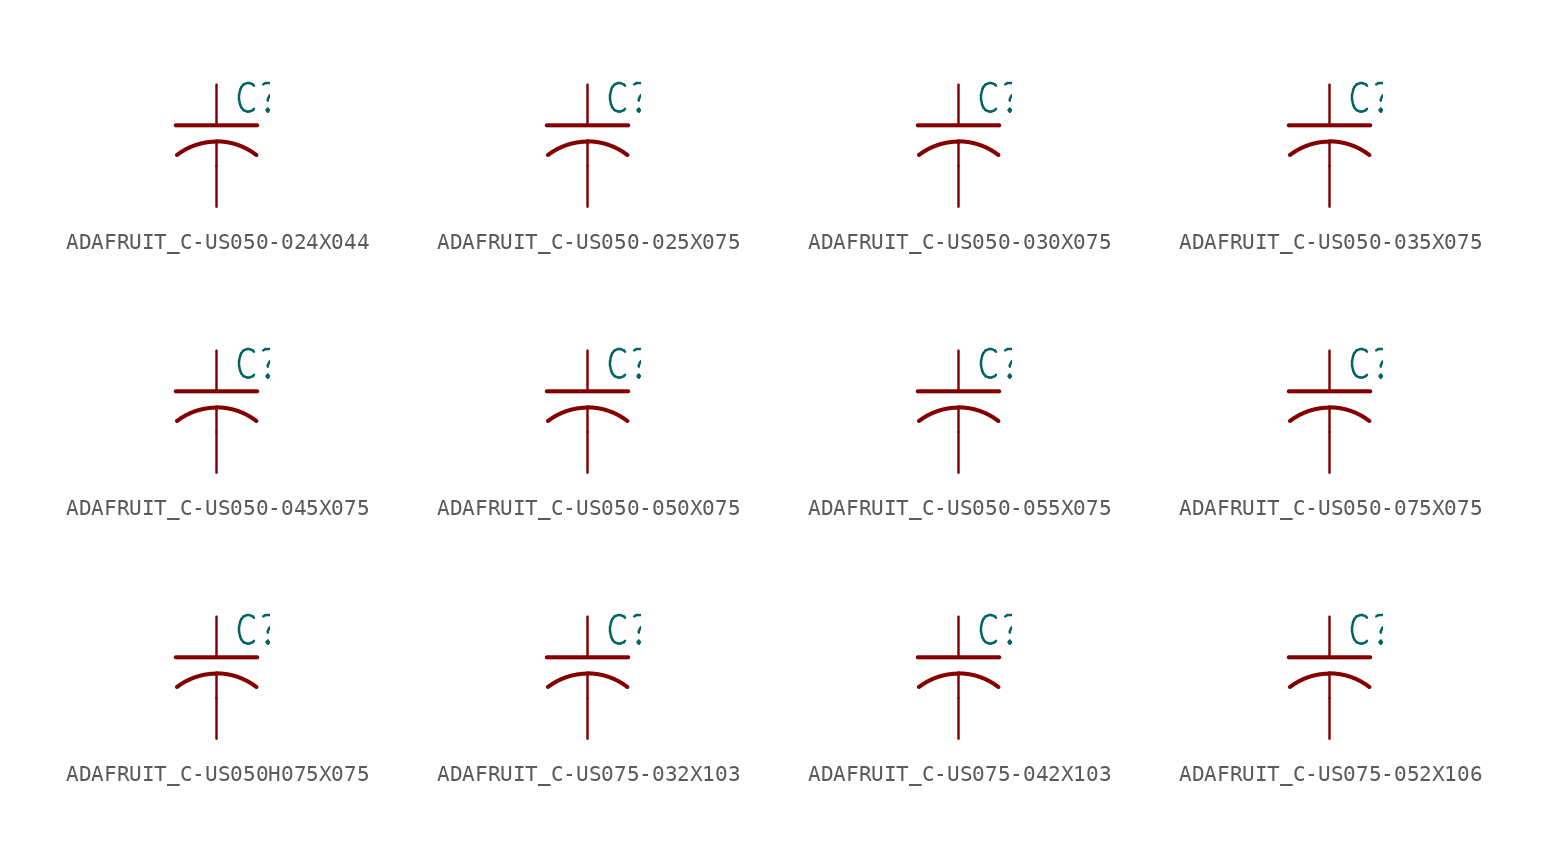
<source format=kicad_sym>
(kicad_symbol_lib
  (version 20231120)
  (generator "kicad_symbol_editor")
  (generator_version "8.0")
  (symbol "ADAFRUIT_C-US050-024X044"
    (property "Reference" "C"
      (at 1.016 0.635 0)
      (effects (font (size 1.778 1.511)) (justify left bottom)))
    (property "Value" ""
      (at 1.016 -4.191 0)
      (effects (font (size 1.778 1.511)) (justify left bottom)))
    (property "ki_locked" ""
      (at 0 0 0)
      (effects (font (size 1.27 1.27))))
    (symbol "ADAFRUIT_C-US050-024X044_1_0"
      (arc (start 0 -1.0161) (mid -1.302 -1.2303) (end -2.4668 -1.8504) (stroke (width 0.254) (type solid)) (fill (type none)))
      (polyline (pts (xy -2.54 0) (xy 2.54 0)) (stroke (width 0.254) (type solid)) (fill (type none)))
      (polyline (pts (xy 0 -1.016) (xy 0 -2.54)) (stroke (width 0.152) (type solid)) (fill (type none)))
      (polyline (pts (xy 0 -1.016) (xy 0 -1.016)) (stroke (width 0.152) (type solid)) (fill (type none)))
      (arc (start 2.4892 -1.8541) (mid 1.3158 -1.2194) (end 0 -1) (stroke (width 0.254) (type solid)) (fill (type none)))
      (pin passive line (at 0 2.54 270) (length 2.54) (name "1" (effects (font (size 0 0)))) (number "1" (effects (font (size 0 0)))))
      (pin passive line (at 0 -5.08 90) (length 2.54) (name "2" (effects (font (size 0 0)))) (number "2" (effects (font (size 0 0)))))))
  (symbol "ADAFRUIT_C-US050-025X075"
    (property "Reference" "C"
      (at 1.016 0.635 0)
      (effects (font (size 1.778 1.511)) (justify left bottom)))
    (property "Value" ""
      (at 1.016 -4.191 0)
      (effects (font (size 1.778 1.511)) (justify left bottom)))
    (property "ki_locked" ""
      (at 0 0 0)
      (effects (font (size 1.27 1.27))))
    (symbol "ADAFRUIT_C-US050-025X075_1_0"
      (arc (start 0 -1.0161) (mid -1.302 -1.2303) (end -2.4668 -1.8504) (stroke (width 0.254) (type solid)) (fill (type none)))
      (polyline (pts (xy -2.54 0) (xy 2.54 0)) (stroke (width 0.254) (type solid)) (fill (type none)))
      (polyline (pts (xy 0 -1.016) (xy 0 -2.54)) (stroke (width 0.152) (type solid)) (fill (type none)))
      (polyline (pts (xy 0 -1.016) (xy 0 -1.016)) (stroke (width 0.152) (type solid)) (fill (type none)))
      (arc (start 2.4892 -1.8541) (mid 1.3158 -1.2194) (end 0 -1) (stroke (width 0.254) (type solid)) (fill (type none)))
      (pin passive line (at 0 2.54 270) (length 2.54) (name "1" (effects (font (size 0 0)))) (number "1" (effects (font (size 0 0)))))
      (pin passive line (at 0 -5.08 90) (length 2.54) (name "2" (effects (font (size 0 0)))) (number "2" (effects (font (size 0 0)))))))
  (symbol "ADAFRUIT_C-US050-030X075"
    (property "Reference" "C"
      (at 1.016 0.635 0)
      (effects (font (size 1.778 1.511)) (justify left bottom)))
    (property "Value" ""
      (at 1.016 -4.191 0)
      (effects (font (size 1.778 1.511)) (justify left bottom)))
    (property "ki_locked" ""
      (at 0 0 0)
      (effects (font (size 1.27 1.27))))
    (symbol "ADAFRUIT_C-US050-030X075_1_0"
      (arc (start 0 -1.0161) (mid -1.302 -1.2303) (end -2.4668 -1.8504) (stroke (width 0.254) (type solid)) (fill (type none)))
      (polyline (pts (xy -2.54 0) (xy 2.54 0)) (stroke (width 0.254) (type solid)) (fill (type none)))
      (polyline (pts (xy 0 -1.016) (xy 0 -2.54)) (stroke (width 0.152) (type solid)) (fill (type none)))
      (polyline (pts (xy 0 -1.016) (xy 0 -1.016)) (stroke (width 0.152) (type solid)) (fill (type none)))
      (arc (start 2.4892 -1.8541) (mid 1.3158 -1.2194) (end 0 -1) (stroke (width 0.254) (type solid)) (fill (type none)))
      (pin passive line (at 0 2.54 270) (length 2.54) (name "1" (effects (font (size 0 0)))) (number "1" (effects (font (size 0 0)))))
      (pin passive line (at 0 -5.08 90) (length 2.54) (name "2" (effects (font (size 0 0)))) (number "2" (effects (font (size 0 0)))))))
  (symbol "ADAFRUIT_C-US050-035X075"
    (property "Reference" "C"
      (at 1.016 0.635 0)
      (effects (font (size 1.778 1.511)) (justify left bottom)))
    (property "Value" ""
      (at 1.016 -4.191 0)
      (effects (font (size 1.778 1.511)) (justify left bottom)))
    (property "ki_locked" ""
      (at 0 0 0)
      (effects (font (size 1.27 1.27))))
    (symbol "ADAFRUIT_C-US050-035X075_1_0"
      (arc (start 0 -1.0161) (mid -1.302 -1.2303) (end -2.4668 -1.8504) (stroke (width 0.254) (type solid)) (fill (type none)))
      (polyline (pts (xy -2.54 0) (xy 2.54 0)) (stroke (width 0.254) (type solid)) (fill (type none)))
      (polyline (pts (xy 0 -1.016) (xy 0 -2.54)) (stroke (width 0.152) (type solid)) (fill (type none)))
      (polyline (pts (xy 0 -1.016) (xy 0 -1.016)) (stroke (width 0.152) (type solid)) (fill (type none)))
      (arc (start 2.4892 -1.8541) (mid 1.3158 -1.2194) (end 0 -1) (stroke (width 0.254) (type solid)) (fill (type none)))
      (pin passive line (at 0 2.54 270) (length 2.54) (name "1" (effects (font (size 0 0)))) (number "1" (effects (font (size 0 0)))))
      (pin passive line (at 0 -5.08 90) (length 2.54) (name "2" (effects (font (size 0 0)))) (number "2" (effects (font (size 0 0)))))))
  (symbol "ADAFRUIT_C-US050-045X075"
    (property "Reference" "C"
      (at 1.016 0.635 0)
      (effects (font (size 1.778 1.511)) (justify left bottom)))
    (property "Value" ""
      (at 1.016 -4.191 0)
      (effects (font (size 1.778 1.511)) (justify left bottom)))
    (property "ki_locked" ""
      (at 0 0 0)
      (effects (font (size 1.27 1.27))))
    (symbol "ADAFRUIT_C-US050-045X075_1_0"
      (arc (start 0 -1.0161) (mid -1.302 -1.2303) (end -2.4668 -1.8504) (stroke (width 0.254) (type solid)) (fill (type none)))
      (polyline (pts (xy -2.54 0) (xy 2.54 0)) (stroke (width 0.254) (type solid)) (fill (type none)))
      (polyline (pts (xy 0 -1.016) (xy 0 -2.54)) (stroke (width 0.152) (type solid)) (fill (type none)))
      (polyline (pts (xy 0 -1.016) (xy 0 -1.016)) (stroke (width 0.152) (type solid)) (fill (type none)))
      (arc (start 2.4892 -1.8541) (mid 1.3158 -1.2194) (end 0 -1) (stroke (width 0.254) (type solid)) (fill (type none)))
      (pin passive line (at 0 2.54 270) (length 2.54) (name "1" (effects (font (size 0 0)))) (number "1" (effects (font (size 0 0)))))
      (pin passive line (at 0 -5.08 90) (length 2.54) (name "2" (effects (font (size 0 0)))) (number "2" (effects (font (size 0 0)))))))
  (symbol "ADAFRUIT_C-US050-050X075"
    (property "Reference" "C"
      (at 1.016 0.635 0)
      (effects (font (size 1.778 1.511)) (justify left bottom)))
    (property "Value" ""
      (at 1.016 -4.191 0)
      (effects (font (size 1.778 1.511)) (justify left bottom)))
    (property "ki_locked" ""
      (at 0 0 0)
      (effects (font (size 1.27 1.27))))
    (symbol "ADAFRUIT_C-US050-050X075_1_0"
      (arc (start 0 -1.0161) (mid -1.302 -1.2303) (end -2.4668 -1.8504) (stroke (width 0.254) (type solid)) (fill (type none)))
      (polyline (pts (xy -2.54 0) (xy 2.54 0)) (stroke (width 0.254) (type solid)) (fill (type none)))
      (polyline (pts (xy 0 -1.016) (xy 0 -2.54)) (stroke (width 0.152) (type solid)) (fill (type none)))
      (polyline (pts (xy 0 -1.016) (xy 0 -1.016)) (stroke (width 0.152) (type solid)) (fill (type none)))
      (arc (start 2.4892 -1.8541) (mid 1.3158 -1.2194) (end 0 -1) (stroke (width 0.254) (type solid)) (fill (type none)))
      (pin passive line (at 0 2.54 270) (length 2.54) (name "1" (effects (font (size 0 0)))) (number "1" (effects (font (size 0 0)))))
      (pin passive line (at 0 -5.08 90) (length 2.54) (name "2" (effects (font (size 0 0)))) (number "2" (effects (font (size 0 0)))))))
  (symbol "ADAFRUIT_C-US050-055X075"
    (property "Reference" "C"
      (at 1.016 0.635 0)
      (effects (font (size 1.778 1.511)) (justify left bottom)))
    (property "Value" ""
      (at 1.016 -4.191 0)
      (effects (font (size 1.778 1.511)) (justify left bottom)))
    (property "ki_locked" ""
      (at 0 0 0)
      (effects (font (size 1.27 1.27))))
    (symbol "ADAFRUIT_C-US050-055X075_1_0"
      (arc (start 0 -1.0161) (mid -1.302 -1.2303) (end -2.4668 -1.8504) (stroke (width 0.254) (type solid)) (fill (type none)))
      (polyline (pts (xy -2.54 0) (xy 2.54 0)) (stroke (width 0.254) (type solid)) (fill (type none)))
      (polyline (pts (xy 0 -1.016) (xy 0 -2.54)) (stroke (width 0.152) (type solid)) (fill (type none)))
      (polyline (pts (xy 0 -1.016) (xy 0 -1.016)) (stroke (width 0.152) (type solid)) (fill (type none)))
      (arc (start 2.4892 -1.8541) (mid 1.3158 -1.2194) (end 0 -1) (stroke (width 0.254) (type solid)) (fill (type none)))
      (pin passive line (at 0 2.54 270) (length 2.54) (name "1" (effects (font (size 0 0)))) (number "1" (effects (font (size 0 0)))))
      (pin passive line (at 0 -5.08 90) (length 2.54) (name "2" (effects (font (size 0 0)))) (number "2" (effects (font (size 0 0)))))))
  (symbol "ADAFRUIT_C-US050-075X075"
    (property "Reference" "C"
      (at 1.016 0.635 0)
      (effects (font (size 1.778 1.511)) (justify left bottom)))
    (property "Value" ""
      (at 1.016 -4.191 0)
      (effects (font (size 1.778 1.511)) (justify left bottom)))
    (property "ki_locked" ""
      (at 0 0 0)
      (effects (font (size 1.27 1.27))))
    (symbol "ADAFRUIT_C-US050-075X075_1_0"
      (arc (start 0 -1.0161) (mid -1.302 -1.2303) (end -2.4668 -1.8504) (stroke (width 0.254) (type solid)) (fill (type none)))
      (polyline (pts (xy -2.54 0) (xy 2.54 0)) (stroke (width 0.254) (type solid)) (fill (type none)))
      (polyline (pts (xy 0 -1.016) (xy 0 -2.54)) (stroke (width 0.152) (type solid)) (fill (type none)))
      (polyline (pts (xy 0 -1.016) (xy 0 -1.016)) (stroke (width 0.152) (type solid)) (fill (type none)))
      (arc (start 2.4892 -1.8541) (mid 1.3158 -1.2194) (end 0 -1) (stroke (width 0.254) (type solid)) (fill (type none)))
      (pin passive line (at 0 2.54 270) (length 2.54) (name "1" (effects (font (size 0 0)))) (number "1" (effects (font (size 0 0)))))
      (pin passive line (at 0 -5.08 90) (length 2.54) (name "2" (effects (font (size 0 0)))) (number "2" (effects (font (size 0 0)))))))
  (symbol "ADAFRUIT_C-US050H075X075"
    (property "Reference" "C"
      (at 1.016 0.635 0)
      (effects (font (size 1.778 1.511)) (justify left bottom)))
    (property "Value" ""
      (at 1.016 -4.191 0)
      (effects (font (size 1.778 1.511)) (justify left bottom)))
    (property "ki_locked" ""
      (at 0 0 0)
      (effects (font (size 1.27 1.27))))
    (symbol "ADAFRUIT_C-US050H075X075_1_0"
      (arc (start 0 -1.0161) (mid -1.302 -1.2303) (end -2.4668 -1.8504) (stroke (width 0.254) (type solid)) (fill (type none)))
      (polyline (pts (xy -2.54 0) (xy 2.54 0)) (stroke (width 0.254) (type solid)) (fill (type none)))
      (polyline (pts (xy 0 -1.016) (xy 0 -2.54)) (stroke (width 0.152) (type solid)) (fill (type none)))
      (polyline (pts (xy 0 -1.016) (xy 0 -1.016)) (stroke (width 0.152) (type solid)) (fill (type none)))
      (arc (start 2.4892 -1.8541) (mid 1.3158 -1.2194) (end 0 -1) (stroke (width 0.254) (type solid)) (fill (type none)))
      (pin passive line (at 0 2.54 270) (length 2.54) (name "1" (effects (font (size 0 0)))) (number "1" (effects (font (size 0 0)))))
      (pin passive line (at 0 -5.08 90) (length 2.54) (name "2" (effects (font (size 0 0)))) (number "2" (effects (font (size 0 0)))))))
  (symbol "ADAFRUIT_C-US075-032X103"
    (property "Reference" "C"
      (at 1.016 0.635 0)
      (effects (font (size 1.778 1.511)) (justify left bottom)))
    (property "Value" ""
      (at 1.016 -4.191 0)
      (effects (font (size 1.778 1.511)) (justify left bottom)))
    (property "ki_locked" ""
      (at 0 0 0)
      (effects (font (size 1.27 1.27))))
    (symbol "ADAFRUIT_C-US075-032X103_1_0"
      (arc (start 0 -1.0161) (mid -1.302 -1.2303) (end -2.4668 -1.8504) (stroke (width 0.254) (type solid)) (fill (type none)))
      (polyline (pts (xy -2.54 0) (xy 2.54 0)) (stroke (width 0.254) (type solid)) (fill (type none)))
      (polyline (pts (xy 0 -1.016) (xy 0 -2.54)) (stroke (width 0.152) (type solid)) (fill (type none)))
      (polyline (pts (xy 0 -1.016) (xy 0 -1.016)) (stroke (width 0.152) (type solid)) (fill (type none)))
      (arc (start 2.4892 -1.8541) (mid 1.3158 -1.2194) (end 0 -1) (stroke (width 0.254) (type solid)) (fill (type none)))
      (pin passive line (at 0 2.54 270) (length 2.54) (name "1" (effects (font (size 0 0)))) (number "1" (effects (font (size 0 0)))))
      (pin passive line (at 0 -5.08 90) (length 2.54) (name "2" (effects (font (size 0 0)))) (number "2" (effects (font (size 0 0)))))))
  (symbol "ADAFRUIT_C-US075-042X103"
    (property "Reference" "C"
      (at 1.016 0.635 0)
      (effects (font (size 1.778 1.511)) (justify left bottom)))
    (property "Value" ""
      (at 1.016 -4.191 0)
      (effects (font (size 1.778 1.511)) (justify left bottom)))
    (property "ki_locked" ""
      (at 0 0 0)
      (effects (font (size 1.27 1.27))))
    (symbol "ADAFRUIT_C-US075-042X103_1_0"
      (arc (start 0 -1.0161) (mid -1.302 -1.2303) (end -2.4668 -1.8504) (stroke (width 0.254) (type solid)) (fill (type none)))
      (polyline (pts (xy -2.54 0) (xy 2.54 0)) (stroke (width 0.254) (type solid)) (fill (type none)))
      (polyline (pts (xy 0 -1.016) (xy 0 -2.54)) (stroke (width 0.152) (type solid)) (fill (type none)))
      (polyline (pts (xy 0 -1.016) (xy 0 -1.016)) (stroke (width 0.152) (type solid)) (fill (type none)))
      (arc (start 2.4892 -1.8541) (mid 1.3158 -1.2194) (end 0 -1) (stroke (width 0.254) (type solid)) (fill (type none)))
      (pin passive line (at 0 2.54 270) (length 2.54) (name "1" (effects (font (size 0 0)))) (number "1" (effects (font (size 0 0)))))
      (pin passive line (at 0 -5.08 90) (length 2.54) (name "2" (effects (font (size 0 0)))) (number "2" (effects (font (size 0 0)))))))
  (symbol "ADAFRUIT_C-US075-052X106"
    (property "Reference" "C"
      (at 1.016 0.635 0)
      (effects (font (size 1.778 1.511)) (justify left bottom)))
    (property "Value" ""
      (at 1.016 -4.191 0)
      (effects (font (size 1.778 1.511)) (justify left bottom)))
    (property "ki_locked" ""
      (at 0 0 0)
      (effects (font (size 1.27 1.27))))
    (symbol "ADAFRUIT_C-US075-052X106_1_0"
      (arc (start 0 -1.0161) (mid -1.302 -1.2303) (end -2.4668 -1.8504) (stroke (width 0.254) (type solid)) (fill (type none)))
      (polyline (pts (xy -2.54 0) (xy 2.54 0)) (stroke (width 0.254) (type solid)) (fill (type none)))
      (polyline (pts (xy 0 -1.016) (xy 0 -2.54)) (stroke (width 0.152) (type solid)) (fill (type none)))
      (polyline (pts (xy 0 -1.016) (xy 0 -1.016)) (stroke (width 0.152) (type solid)) (fill (type none)))
      (arc (start 2.4892 -1.8541) (mid 1.3158 -1.2194) (end 0 -1) (stroke (width 0.254) (type solid)) (fill (type none)))
      (pin passive line (at 0 2.54 270) (length 2.54) (name "1" (effects (font (size 0 0)))) (number "1" (effects (font (size 0 0)))))
      (pin passive line (at 0 -5.08 90) (length 2.54) (name "2" (effects (font (size 0 0)))) (number "2" (effects (font (size 0 0))))))))
</source>
